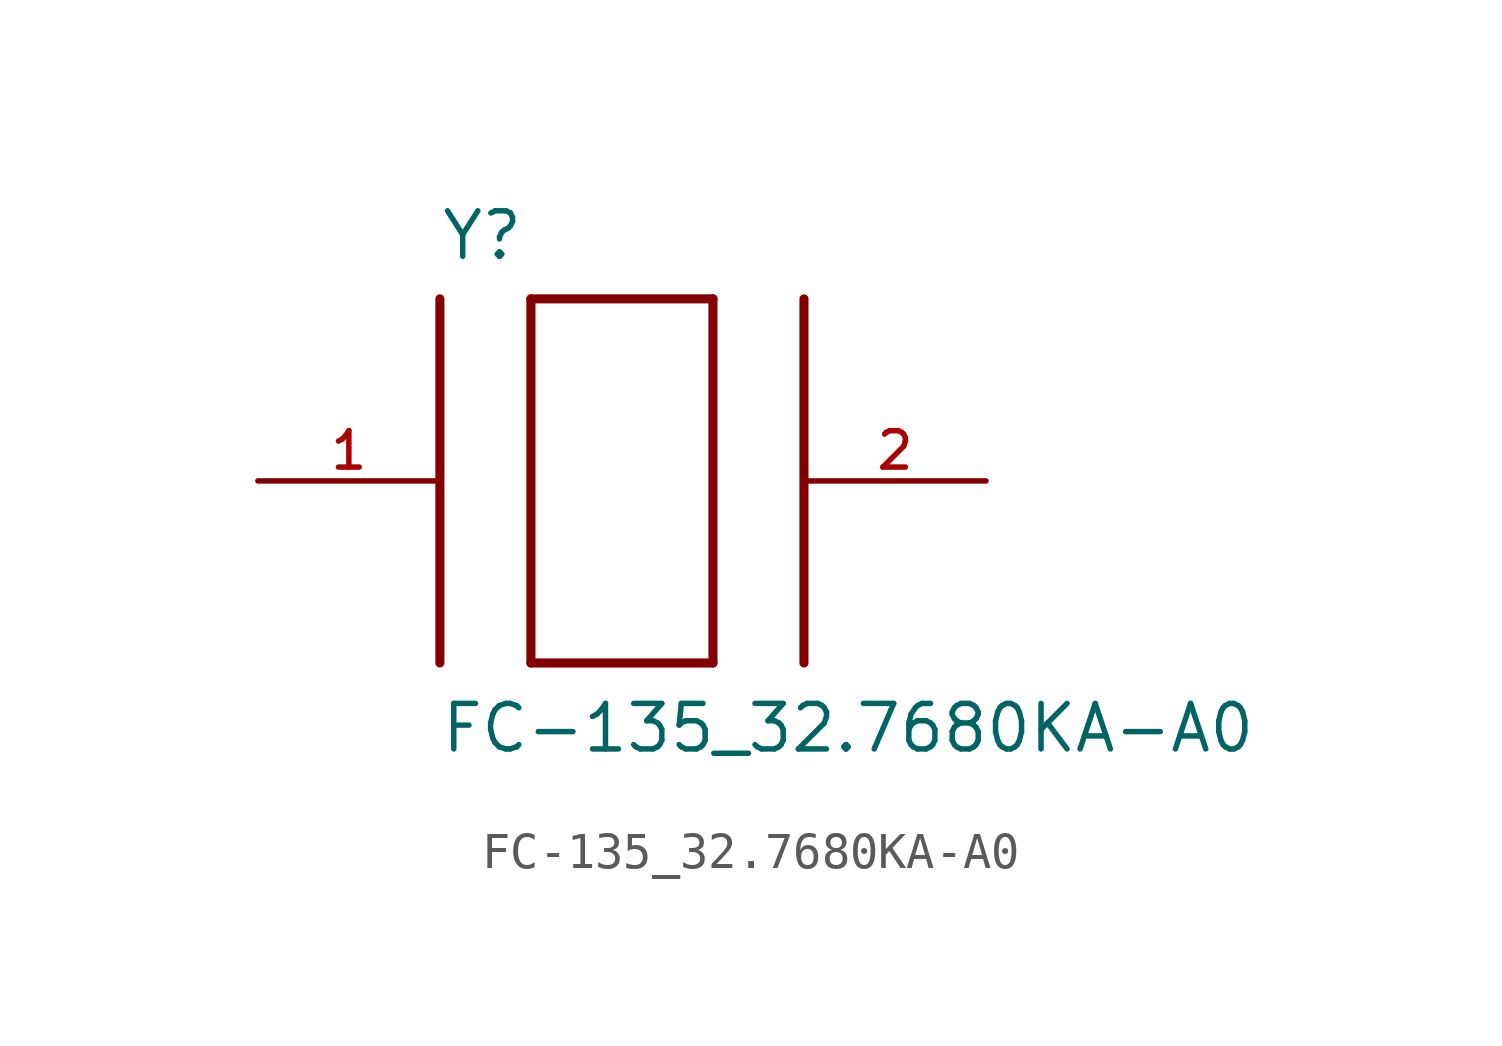
<source format=kicad_sym>
(kicad_symbol_lib
  (version 20211014)
  (generator kicad_symbol_editor)
  (symbol "FC-135_32.7680KA-A0"
    (pin_names
      (offset 1.016))
    (property "Reference" "Y"
      (at -5.088 6.105 0)
      (effects (font (size 1.27 1.27)) (justify bottom left)))
    (property "Value" "FC-135_32.7680KA-A0"
      (at -5.095 -7.643 0)
      (effects (font (size 1.27 1.27)) (justify bottom left)))
    (symbol "FC-135_32.7680KA-A0_0_0"
      (polyline (pts (xy -2.54 5.08) (xy 2.54 5.08)) (stroke (width 0.254)))
      (polyline (pts (xy 2.54 5.08) (xy 2.54 -5.08)) (stroke (width 0.254)))
      (polyline (pts (xy 2.54 -5.08) (xy -2.54 -5.08)) (stroke (width 0.254)))
      (polyline (pts (xy -2.54 -5.08) (xy -2.54 5.08)) (stroke (width 0.254)))
      (polyline (pts (xy -5.08 5.08) (xy -5.08 -5.08)) (stroke (width 0.254)))
      (polyline (pts (xy 5.08 5.08) (xy 5.08 -5.08)) (stroke (width 0.254)))
      (pin passive line (at -10.16 0.0 0) (length 5.08) (name "~" (effects (font (size 1.016 1.016)))) (number "1" (effects (font (size 1.016 1.016)))))
      (pin passive line (at 10.16 0.0 180.0) (length 5.08) (name "~" (effects (font (size 1.016 1.016)))) (number "2" (effects (font (size 1.016 1.016))))))))
</source>
